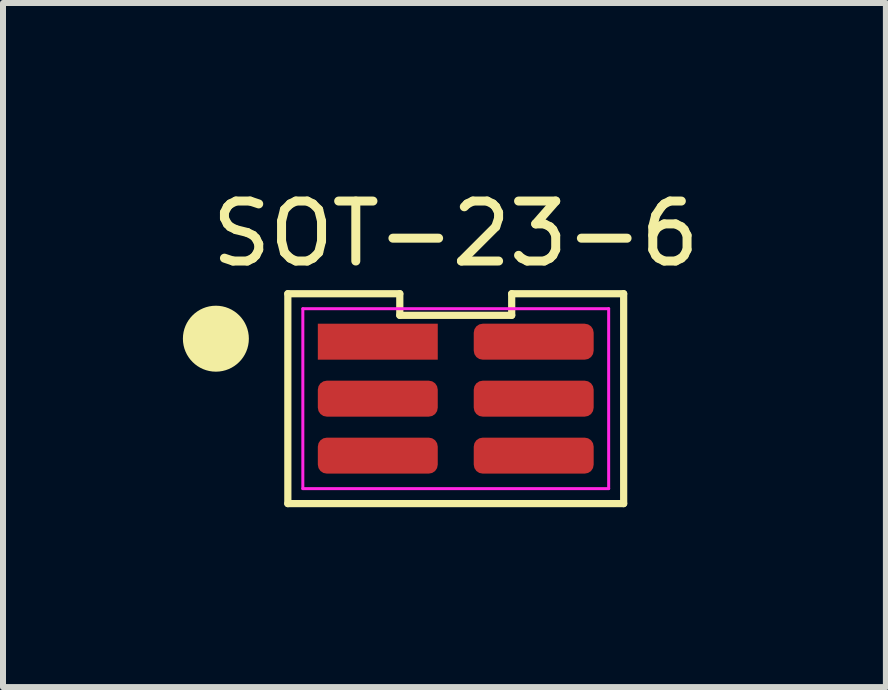
<source format=kicad_pcb>
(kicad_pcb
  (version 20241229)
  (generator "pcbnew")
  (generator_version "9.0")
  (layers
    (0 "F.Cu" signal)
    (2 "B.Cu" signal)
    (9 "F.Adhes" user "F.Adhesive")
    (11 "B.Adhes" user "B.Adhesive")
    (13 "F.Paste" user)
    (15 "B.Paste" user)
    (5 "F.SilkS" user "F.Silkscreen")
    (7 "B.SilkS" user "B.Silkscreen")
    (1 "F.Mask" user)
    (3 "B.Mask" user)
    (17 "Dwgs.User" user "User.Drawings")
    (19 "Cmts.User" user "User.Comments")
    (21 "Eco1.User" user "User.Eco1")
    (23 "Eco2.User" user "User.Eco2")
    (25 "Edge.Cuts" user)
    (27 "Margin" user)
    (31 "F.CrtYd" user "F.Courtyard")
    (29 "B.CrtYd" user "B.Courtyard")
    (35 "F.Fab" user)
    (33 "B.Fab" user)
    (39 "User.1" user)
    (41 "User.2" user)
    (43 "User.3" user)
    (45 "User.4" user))
  (footprint "SOT-23-6"
    (layer "F.Cu")
    (at 4.55 3.598)
    (property "Reference" "SOT-23-6" (at 0 -2.75 0) (layer "F.SilkS") (effects (font (size 1 1) (thickness 0.15))))
    (attr through_hole)
    (fp_line (start -2.8 -1.75) (end -2.8 1.75) (stroke (width 0.12) (type default)) (layer "F.SilkS"))
    (fp_line (start -2.8 1.75) (end 2.8 1.75) (stroke (width 0.12) (type default)) (layer "F.SilkS"))
    (fp_line (start -0.933 -1.75) (end -2.8 -1.75) (stroke (width 0.12) (type default)) (layer "F.SilkS"))
    (fp_line (start -0.933 -1.39) (end -0.933 -1.75) (stroke (width 0.12) (type default)) (layer "F.SilkS"))
    (fp_line (start 0.933 -1.75) (end 0.933 -1.39) (stroke (width 0.12) (type default)) (layer "F.SilkS"))
    (fp_line (start 0.933 -1.39) (end -0.933 -1.39) (stroke (width 0.12) (type default)) (layer "F.SilkS"))
    (fp_line (start 2.8 -1.75) (end 0.933 -1.75) (stroke (width 0.12) (type default)) (layer "F.SilkS"))
    (fp_line (start 2.8 1.75) (end 2.8 -1.75) (stroke (width 0.12) (type default)) (layer "F.SilkS"))
    (fp_circle (center -4 -1) (end -4 -0.5) (stroke (width 0.1) (type solid)) (fill yes) (layer "F.SilkS"))
    (fp_line (start -2.55 -1.5) (end 2.55 -1.5) (stroke (width 0.05) (type default)) (layer "F.CrtYd"))
    (fp_line (start -2.55 1.5) (end -2.55 -1.5) (stroke (width 0.05) (type default)) (layer "F.CrtYd"))
    (fp_line (start 2.55 -1.5) (end 2.55 1.5) (stroke (width 0.05) (type default)) (layer "F.CrtYd"))
    (fp_line (start 2.55 1.5) (end -2.55 1.5) (stroke (width 0.05) (type default)) (layer "F.CrtYd"))
    (pad "1" smd rect (at -1.3 -0.95 270) (size 0.6 2) (layers "F.Cu" "F.Mask" "F.Paste"))
    (pad "2" smd roundrect (at -1.3 0 270) (size 0.6 2) (layers "F.Cu" "F.Mask" "F.Paste") (roundrect_rratio 0.25))
    (pad "3" smd roundrect (at -1.3 0.95 270) (size 0.6 2) (layers "F.Cu" "F.Mask" "F.Paste") (roundrect_rratio 0.25))
    (pad "4" smd roundrect (at 1.3 0.95 270) (size 0.6 2) (layers "F.Cu" "F.Mask" "F.Paste") (roundrect_rratio 0.25))
    (pad "5" smd roundrect (at 1.3 0 270) (size 0.6 2) (layers "F.Cu" "F.Mask" "F.Paste") (roundrect_rratio 0.25))
    (pad "6" smd roundrect (at 1.3 -0.95 270) (size 0.6 2) (layers "F.Cu" "F.Mask" "F.Paste") (roundrect_rratio 0.25)))
  (gr_rect
    (start -3 -3)
    (end 11.723 8.408)
    (stroke (width 0.1) (type default))
    (fill no)
    (layer "Edge.Cuts")))
</source>
